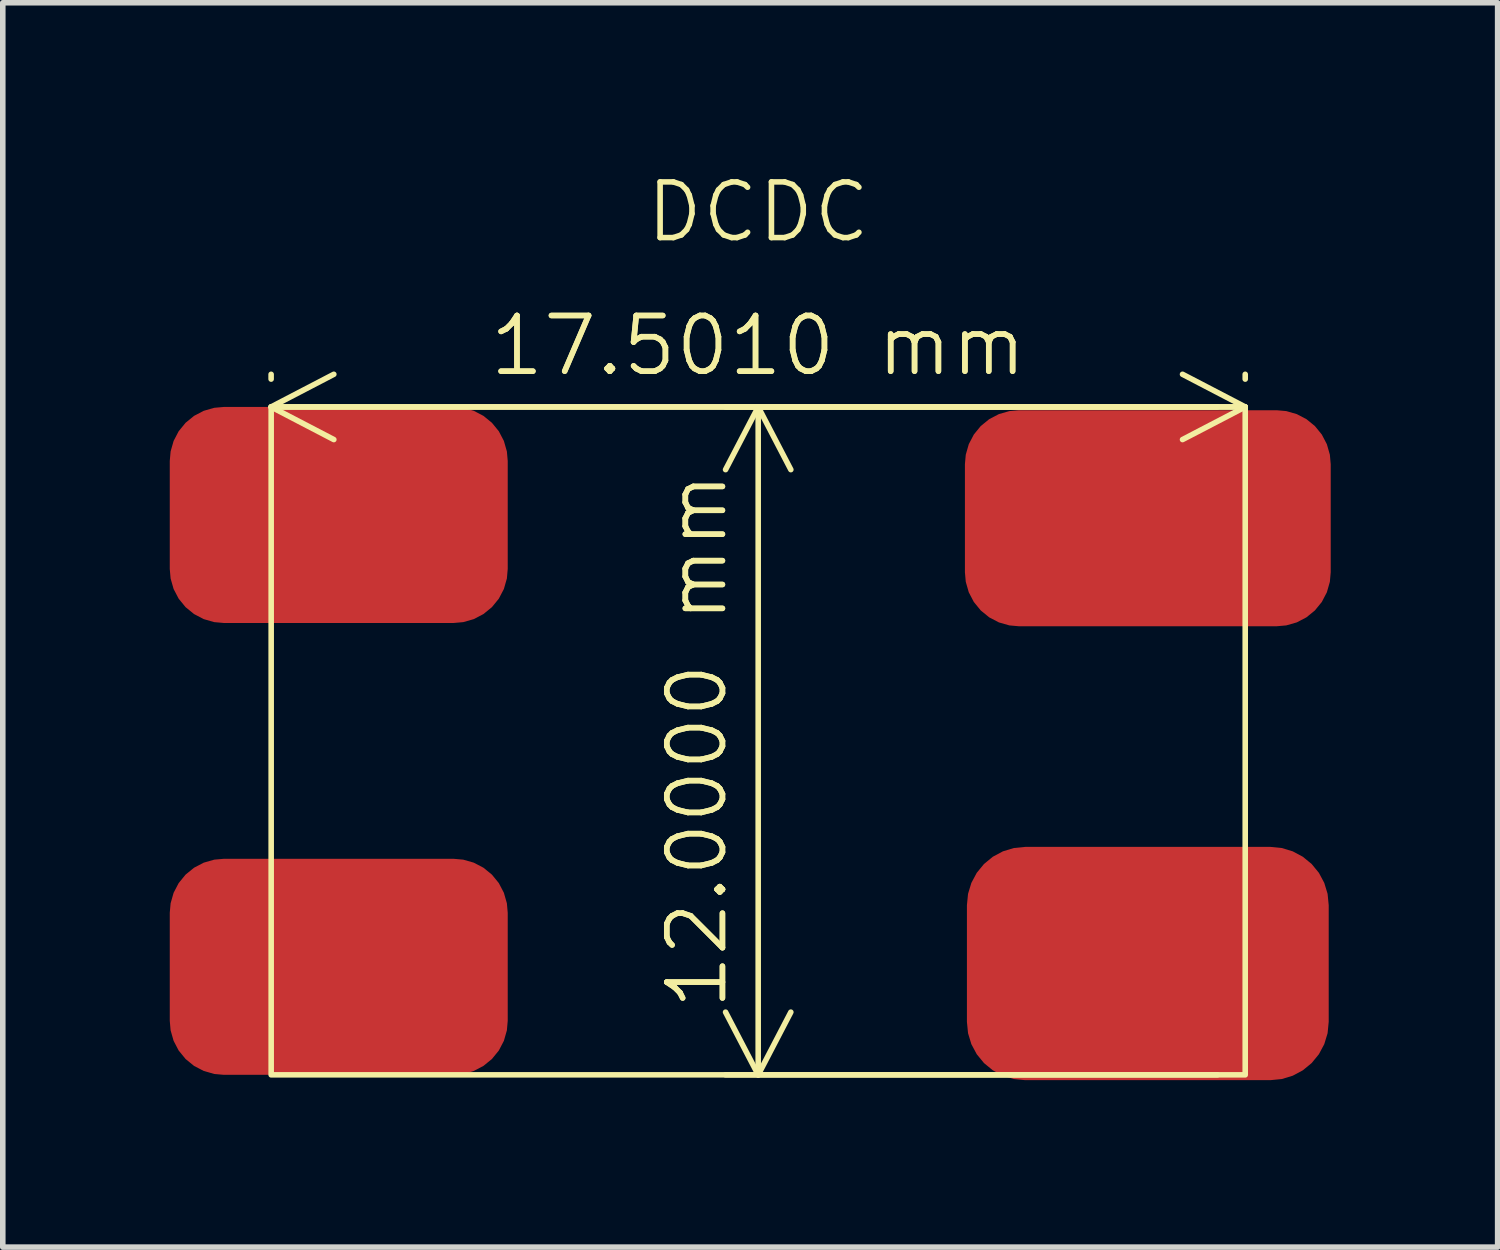
<source format=kicad_pcb>
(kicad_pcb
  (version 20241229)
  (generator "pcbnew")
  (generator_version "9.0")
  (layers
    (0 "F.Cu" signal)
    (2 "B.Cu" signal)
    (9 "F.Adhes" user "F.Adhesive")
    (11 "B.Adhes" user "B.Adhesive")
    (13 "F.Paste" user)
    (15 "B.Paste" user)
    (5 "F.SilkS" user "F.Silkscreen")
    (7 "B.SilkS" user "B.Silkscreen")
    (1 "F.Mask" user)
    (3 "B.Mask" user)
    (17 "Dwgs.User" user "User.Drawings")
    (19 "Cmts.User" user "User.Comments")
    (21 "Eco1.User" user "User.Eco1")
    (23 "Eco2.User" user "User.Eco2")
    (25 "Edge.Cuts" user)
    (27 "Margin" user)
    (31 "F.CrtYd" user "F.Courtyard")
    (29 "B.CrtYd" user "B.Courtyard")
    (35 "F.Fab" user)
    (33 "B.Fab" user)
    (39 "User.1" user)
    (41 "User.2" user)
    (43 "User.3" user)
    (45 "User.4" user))
  (footprint "DCDC"
    (layer "F.Cu")
    (at 10.572 10.261)
    (property "Reference" "DCDC" (at 0 -9.5 0) (unlocked yes) (layer "F.SilkS") (effects (font (size 1 1) (thickness 0.1))))
    (attr smd)
    (fp_rect (start -8.75 -6) (end 8.75 6) (stroke (width 0.1) (type default)) (fill no) (layer "F.SilkS"))
    (dimension (type aligned) (layer "F.SilkS") (pts (xy 19.322 4.261) (xy 19.322 16.261)) (height 8.75) (format (prefix "") (suffix "") (units 3) (units_format 1) (precision 4)) (style (thickness 0.1) (arrow_length 1.27) (text_position_mode 0) (arrow_direction outward) (extension_height 0.586) (extension_offset 0.5) (keep_text_aligned yes)) (gr_text "12.0000 mm" (at 9.472 10.261 90) (layer "F.SilkS") (effects (font (size 1 1) (thickness 0.1)))))
    (dimension (type aligned) (layer "F.SilkS") (pts (xy 1.821 4.261) (xy 19.322 4.261)) (height 0) (format (prefix "") (suffix "") (units 3) (units_format 1) (precision 4)) (style (thickness 0.1) (arrow_length 1.27) (text_position_mode 0) (arrow_direction outward) (extension_height 0.586) (extension_offset 0.5) (keep_text_aligned yes)) (gr_text "17.5000 mm" (at 10.572 3.16 0) (layer "F.SilkS") (effects (font (size 1 1) (thickness 0.1)))))
    (pad "1" smd roundrect (at -7.536 -4.059) (size 6.072 3.881) (layers "F.Cu" "F.Mask" "F.Paste") (roundrect_rratio 0.25))
    (pad "2" smd roundrect (at -7.536 4.059) (size 6.072 3.881) (layers "F.Cu" "F.Mask" "F.Paste") (roundrect_rratio 0.25))
    (pad "3" smd roundrect (at 7 -4) (size 6.572 3.881) (layers "F.Cu" "F.Mask" "F.Paste") (roundrect_rratio 0.25))
    (pad "4" smd roundrect (at 7 4) (size 6.5 4.191) (layers "F.Cu" "F.Mask" "F.Paste") (roundrect_rratio 0.25)))
  (gr_rect
    (start -3 -3)
    (end 23.857 19.356)
    (stroke (width 0.1) (type default))
    (fill no)
    (layer "Edge.Cuts")))
</source>
